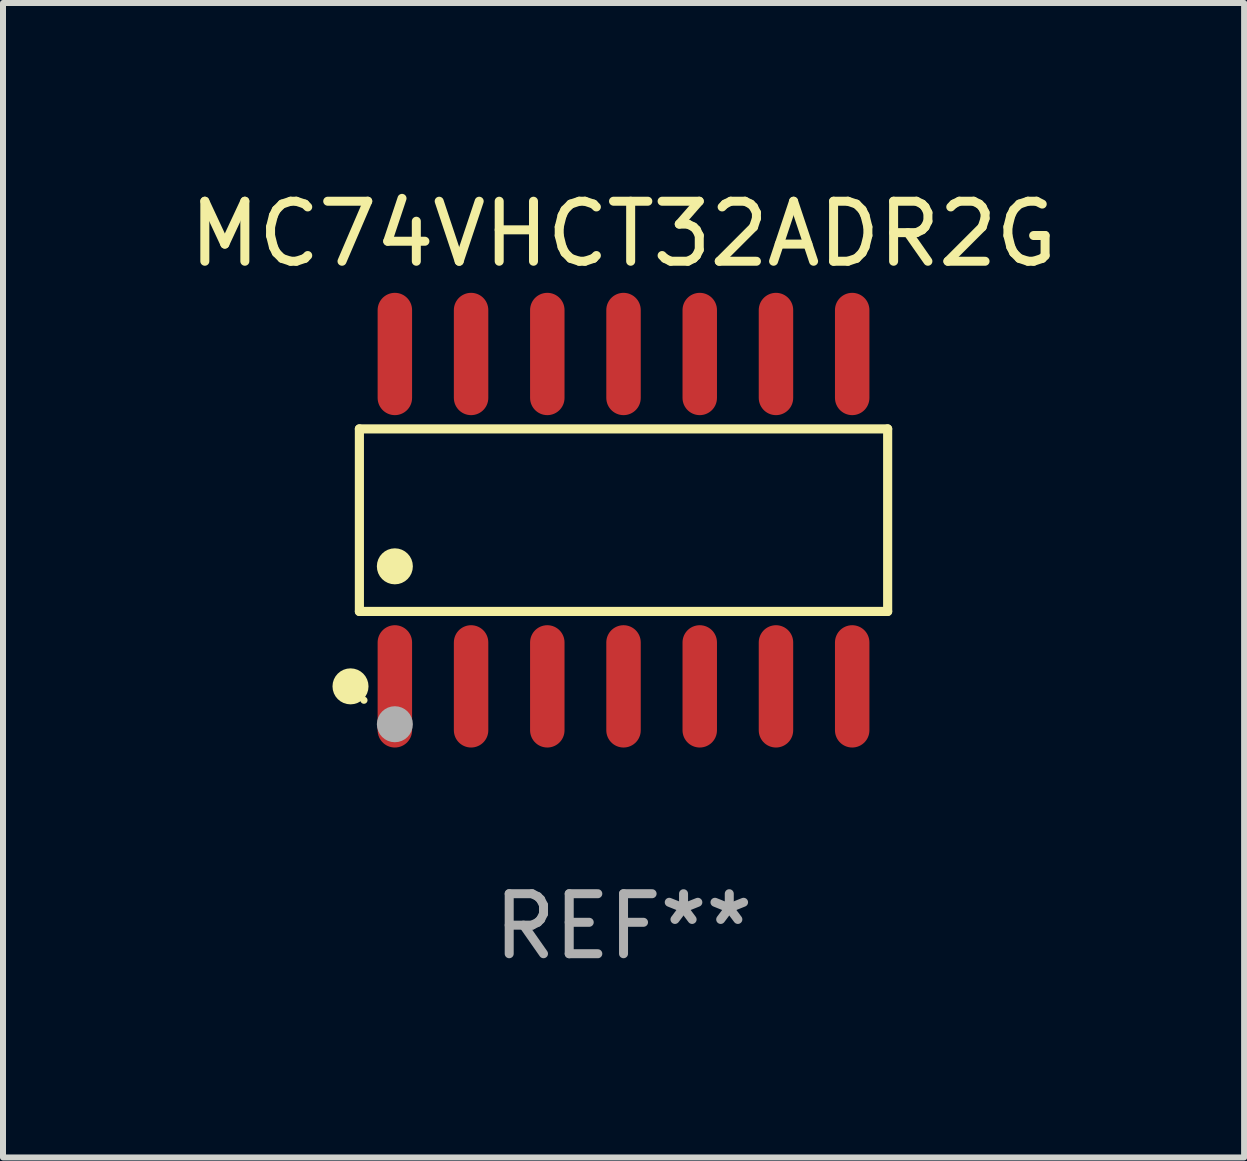
<source format=kicad_pcb>
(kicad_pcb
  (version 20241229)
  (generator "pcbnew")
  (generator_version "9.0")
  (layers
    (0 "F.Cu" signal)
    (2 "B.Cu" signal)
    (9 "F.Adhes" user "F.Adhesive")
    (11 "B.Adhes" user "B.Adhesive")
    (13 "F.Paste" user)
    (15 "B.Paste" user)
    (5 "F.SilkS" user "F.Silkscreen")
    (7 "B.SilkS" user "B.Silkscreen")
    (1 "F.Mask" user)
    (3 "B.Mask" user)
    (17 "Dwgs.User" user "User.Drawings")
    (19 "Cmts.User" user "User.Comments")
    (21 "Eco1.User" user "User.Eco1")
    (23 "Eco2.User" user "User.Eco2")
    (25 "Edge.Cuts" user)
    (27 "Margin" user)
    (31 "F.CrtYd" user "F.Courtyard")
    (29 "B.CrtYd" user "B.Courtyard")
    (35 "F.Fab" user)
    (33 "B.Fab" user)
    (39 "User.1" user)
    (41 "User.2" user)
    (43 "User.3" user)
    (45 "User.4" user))
  (footprint "MC74VHCT32ADR2G"
    (layer "F.Cu")
    (at 7.339 5.617)
    (property "Reference" "MC74VHCT32ADR2G" (at 0 -4.769 0) (layer "F.SilkS") (effects (font (size 1 1) (thickness 0.15))))
    (attr through_hole)
    (fp_line (start -4.401 -1.521) (end 4.401 -1.521) (stroke (width 0.152) (type solid)) (layer "F.SilkS"))
    (fp_line (start -4.401 1.521) (end -4.401 -1.521) (stroke (width 0.152) (type solid)) (layer "F.SilkS"))
    (fp_line (start 4.401 -1.521) (end 4.401 1.521) (stroke (width 0.152) (type solid)) (layer "F.SilkS"))
    (fp_line (start 4.401 1.521) (end -4.401 1.521) (stroke (width 0.152) (type solid)) (layer "F.SilkS"))
    (fp_circle (center -4.549 2.769) (end -4.399 2.769) (stroke (width 0.3) (type solid)) (fill no) (layer "F.SilkS"))
    (fp_circle (center -4.325 3) (end -4.295 3) (stroke (width 0.06) (type solid)) (fill no) (layer "F.SilkS"))
    (fp_circle (center -3.81 0.769) (end -3.66 0.769) (stroke (width 0.3) (type solid)) (fill no) (layer "F.SilkS"))
    (fp_circle (center -3.81 3.4) (end -3.66 3.4) (stroke (width 0.3) (type solid)) (fill no) (layer "F.Fab"))
    (fp_text user "REF**" (at 0 6.769 0) (layer "F.Fab") (effects (font (size 1 1) (thickness 0.15))))
    (pad "1" smd oval (at -3.81 2.769) (size 0.574 2.038) (layers "F.Cu" "F.Mask" "F.Paste"))
    (pad "2" smd oval (at -2.54 2.769) (size 0.574 2.038) (layers "F.Cu" "F.Mask" "F.Paste"))
    (pad "3" smd oval (at -1.27 2.769) (size 0.574 2.038) (layers "F.Cu" "F.Mask" "F.Paste"))
    (pad "4" smd oval (at 0 2.769) (size 0.574 2.038) (layers "F.Cu" "F.Mask" "F.Paste"))
    (pad "5" smd oval (at 1.27 2.769) (size 0.574 2.038) (layers "F.Cu" "F.Mask" "F.Paste"))
    (pad "6" smd oval (at 2.54 2.769) (size 0.574 2.038) (layers "F.Cu" "F.Mask" "F.Paste"))
    (pad "7" smd oval (at 3.81 2.769) (size 0.574 2.038) (layers "F.Cu" "F.Mask" "F.Paste"))
    (pad "8" smd oval (at 3.81 -2.769) (size 0.574 2.038) (layers "F.Cu" "F.Mask" "F.Paste"))
    (pad "9" smd oval (at 2.54 -2.769) (size 0.574 2.038) (layers "F.Cu" "F.Mask" "F.Paste"))
    (pad "10" smd oval (at 1.27 -2.769) (size 0.574 2.038) (layers "F.Cu" "F.Mask" "F.Paste"))
    (pad "11" smd oval (at 0 -2.769) (size 0.574 2.038) (layers "F.Cu" "F.Mask" "F.Paste"))
    (pad "12" smd oval (at -1.27 -2.769) (size 0.574 2.038) (layers "F.Cu" "F.Mask" "F.Paste"))
    (pad "13" smd oval (at -2.54 -2.769) (size 0.574 2.038) (layers "F.Cu" "F.Mask" "F.Paste"))
    (pad "14" smd oval (at -3.81 -2.769) (size 0.574 2.038) (layers "F.Cu" "F.Mask" "F.Paste")))
  (gr_rect
    (start -3 -3)
    (end 17.679 16.235)
    (stroke (width 0.1) (type default))
    (fill no)
    (layer "Edge.Cuts")))
</source>
